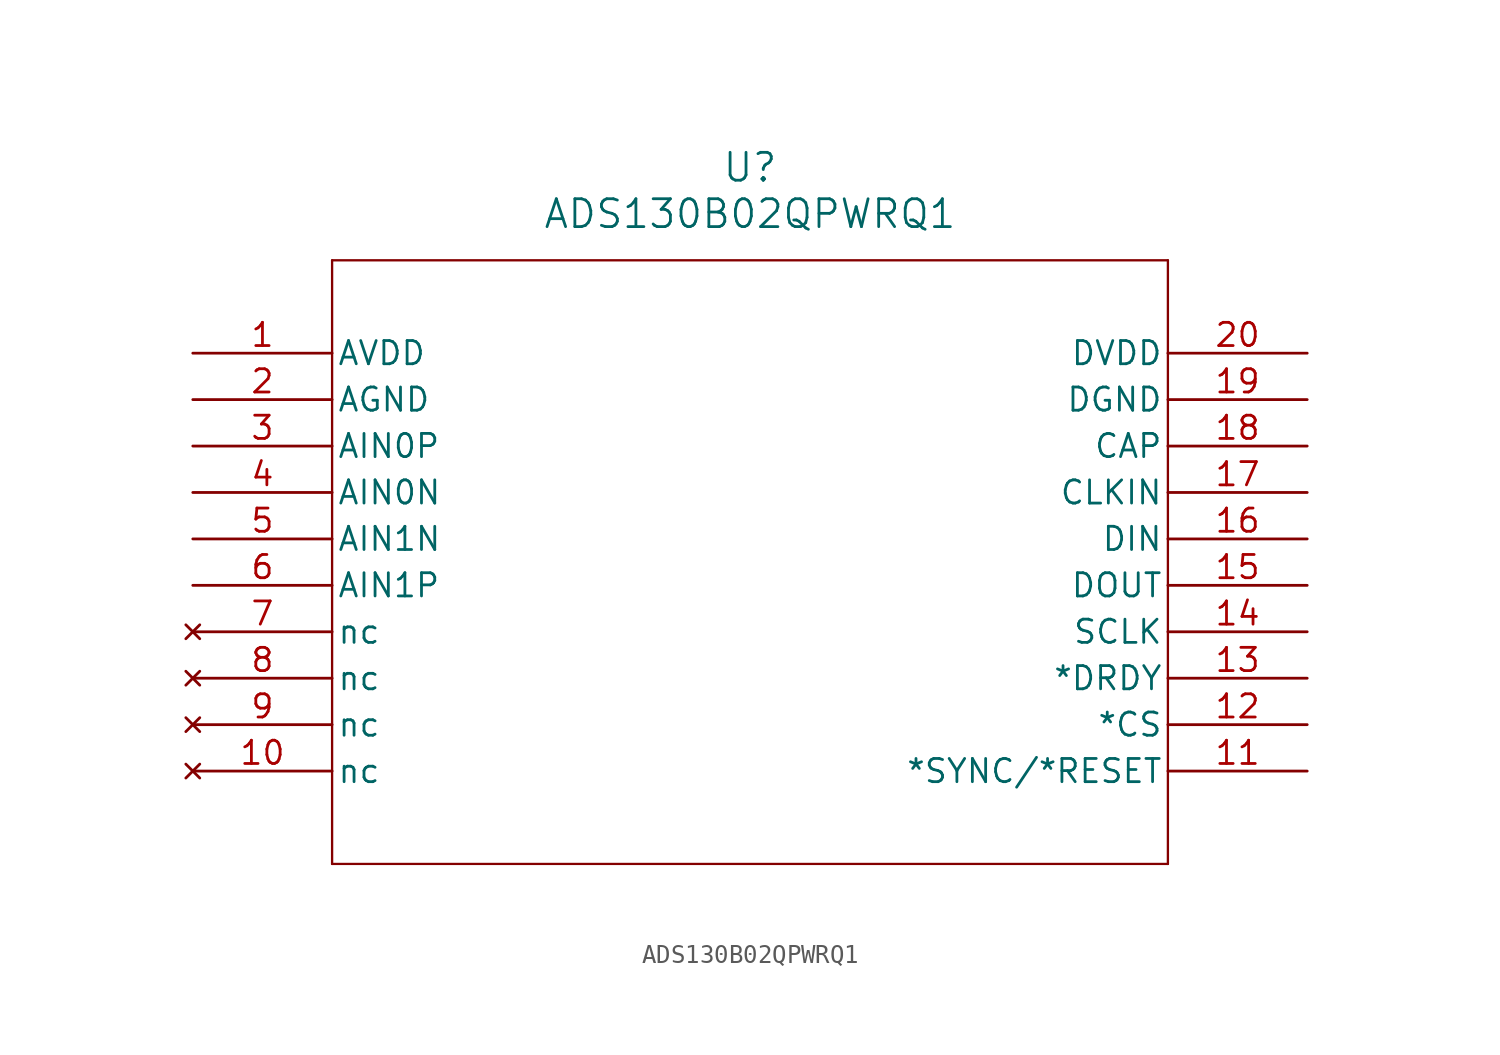
<source format=kicad_sym>
(kicad_symbol_lib
  (version 20211014)
  (generator kicad_symbol_editor)
  (symbol "ADS130B02QPWRQ1"
    (pin_names
      (offset 0.254))
    (property "Reference" "U"
      (at 30.48 10.16 0)
      (effects (font (size 1.524 1.524))))
    (property "Value" "ADS130B02QPWRQ1"
      (at 30.48 7.62 0)
      (effects (font (size 1.524 1.524))))
    (symbol "ADS130B02QPWRQ1_0_1"
      (polyline (pts (xy 7.62 5.08) (xy 7.62 -27.94)) (stroke (width 0.127) (type default) (color 0 0 0 0)) (fill (type none)))
      (polyline (pts (xy 7.62 -27.94) (xy 53.34 -27.94)) (stroke (width 0.127) (type default) (color 0 0 0 0)) (fill (type none)))
      (polyline (pts (xy 53.34 -27.94) (xy 53.34 5.08)) (stroke (width 0.127) (type default) (color 0 0 0 0)) (fill (type none)))
      (polyline (pts (xy 53.34 5.08) (xy 7.62 5.08)) (stroke (width 0.127) (type default) (color 0 0 0 0)) (fill (type none)))
      (pin power_in line (at 0 0 0) (length 7.62) (name "AVDD" (effects (font (size 1.27 1.27)))) (number "1" (effects (font (size 1.27 1.27)))))
      (pin power_out line (at 0 -2.54 0) (length 7.62) (name "AGND" (effects (font (size 1.27 1.27)))) (number "2" (effects (font (size 1.27 1.27)))))
      (pin input line (at 0 -5.08 0) (length 7.62) (name "AIN0P" (effects (font (size 1.27 1.27)))) (number "3" (effects (font (size 1.27 1.27)))))
      (pin input line (at 0 -7.62 0) (length 7.62) (name "AIN0N" (effects (font (size 1.27 1.27)))) (number "4" (effects (font (size 1.27 1.27)))))
      (pin input line (at 0 -10.16 0) (length 7.62) (name "AIN1N" (effects (font (size 1.27 1.27)))) (number "5" (effects (font (size 1.27 1.27)))))
      (pin input line (at 0 -12.7 0) (length 7.62) (name "AIN1P" (effects (font (size 1.27 1.27)))) (number "6" (effects (font (size 1.27 1.27)))))
      (pin no_connect line (at 0 -15.24 0) (length 7.62) (name "nc" (effects (font (size 1.27 1.27)))) (number "7" (effects (font (size 1.27 1.27)))))
      (pin no_connect line (at 0 -17.78 0) (length 7.62) (name "nc" (effects (font (size 1.27 1.27)))) (number "8" (effects (font (size 1.27 1.27)))))
      (pin no_connect line (at 0 -20.32 0) (length 7.62) (name "nc" (effects (font (size 1.27 1.27)))) (number "9" (effects (font (size 1.27 1.27)))))
      (pin no_connect line (at 0 -22.86 0) (length 7.62) (name "nc" (effects (font (size 1.27 1.27)))) (number "10" (effects (font (size 1.27 1.27)))))
      (pin input line (at 60.96 -22.86 180) (length 7.62) (name "*SYNC/*RESET" (effects (font (size 1.27 1.27)))) (number "11" (effects (font (size 1.27 1.27)))))
      (pin input line (at 60.96 -20.32 180) (length 7.62) (name "*CS" (effects (font (size 1.27 1.27)))) (number "12" (effects (font (size 1.27 1.27)))))
      (pin output line (at 60.96 -17.78 180) (length 7.62) (name "*DRDY" (effects (font (size 1.27 1.27)))) (number "13" (effects (font (size 1.27 1.27)))))
      (pin input line (at 60.96 -15.24 180) (length 7.62) (name "SCLK" (effects (font (size 1.27 1.27)))) (number "14" (effects (font (size 1.27 1.27)))))
      (pin output line (at 60.96 -12.7 180) (length 7.62) (name "DOUT" (effects (font (size 1.27 1.27)))) (number "15" (effects (font (size 1.27 1.27)))))
      (pin input line (at 60.96 -10.16 180) (length 7.62) (name "DIN" (effects (font (size 1.27 1.27)))) (number "16" (effects (font (size 1.27 1.27)))))
      (pin input line (at 60.96 -7.62 180) (length 7.62) (name "CLKIN" (effects (font (size 1.27 1.27)))) (number "17" (effects (font (size 1.27 1.27)))))
      (pin output line (at 60.96 -5.08 180) (length 7.62) (name "CAP" (effects (font (size 1.27 1.27)))) (number "18" (effects (font (size 1.27 1.27)))))
      (pin power_out line (at 60.96 -2.54 180) (length 7.62) (name "DGND" (effects (font (size 1.27 1.27)))) (number "19" (effects (font (size 1.27 1.27)))))
      (pin power_in line (at 60.96 0 180) (length 7.62) (name "DVDD" (effects (font (size 1.27 1.27)))) (number "20" (effects (font (size 1.27 1.27))))))))
</source>
